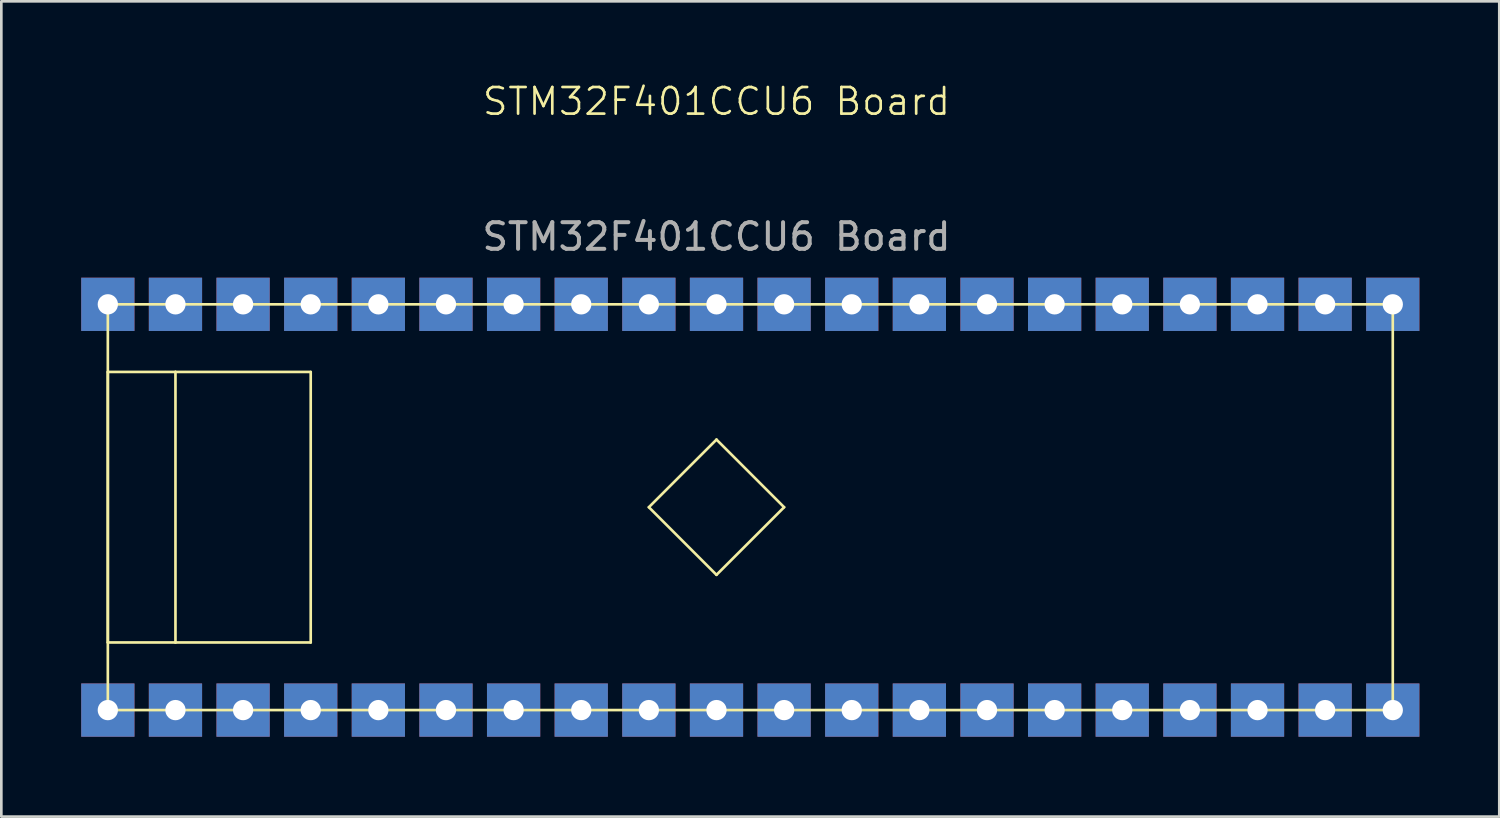
<source format=kicad_pcb>
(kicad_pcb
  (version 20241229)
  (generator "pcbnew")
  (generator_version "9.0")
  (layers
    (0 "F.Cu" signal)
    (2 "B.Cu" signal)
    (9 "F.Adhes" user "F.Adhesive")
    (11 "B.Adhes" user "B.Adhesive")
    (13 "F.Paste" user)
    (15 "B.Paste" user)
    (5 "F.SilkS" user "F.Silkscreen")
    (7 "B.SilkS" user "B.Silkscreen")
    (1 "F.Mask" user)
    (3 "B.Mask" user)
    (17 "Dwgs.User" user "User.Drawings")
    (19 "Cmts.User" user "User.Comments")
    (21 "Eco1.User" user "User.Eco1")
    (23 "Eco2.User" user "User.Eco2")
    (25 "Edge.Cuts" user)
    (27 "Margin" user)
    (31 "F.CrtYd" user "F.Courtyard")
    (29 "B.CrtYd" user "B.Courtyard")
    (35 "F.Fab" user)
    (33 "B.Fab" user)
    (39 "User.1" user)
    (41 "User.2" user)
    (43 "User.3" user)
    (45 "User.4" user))
  (footprint "STM32F401CCU6 Board"
    (layer "F.Cu")
    (at 23.86 8.38)
    (property "Reference" "STM32F401CCU6 Board" (at 0 -7.62 0) (unlocked yes) (layer "F.SilkS") (effects (font (size 1 1) (thickness 0.1))))
    (attr through_hole)
    (fp_line (start -22.86 2.54) (end -20.32 2.54) (stroke (width 0.1) (type default)) (layer "F.SilkS"))
    (fp_line (start -22.86 12.7) (end -22.86 2.54) (stroke (width 0.1) (type default)) (layer "F.SilkS"))
    (fp_line (start -20.32 2.54) (end -20.32 12.7) (stroke (width 0.1) (type default)) (layer "F.SilkS"))
    (fp_line (start -20.32 2.54) (end -15.24 2.54) (stroke (width 0.1) (type default)) (layer "F.SilkS"))
    (fp_line (start -20.32 12.7) (end -22.86 12.7) (stroke (width 0.1) (type default)) (layer "F.SilkS"))
    (fp_line (start -15.24 2.54) (end -15.24 12.7) (stroke (width 0.1) (type default)) (layer "F.SilkS"))
    (fp_line (start -15.24 12.7) (end -20.32 12.7) (stroke (width 0.1) (type default)) (layer "F.SilkS"))
    (fp_line (start -2.54 7.62) (end 0 5.08) (stroke (width 0.1) (type default)) (layer "F.SilkS"))
    (fp_line (start 0 5.08) (end 2.54 7.62) (stroke (width 0.1) (type default)) (layer "F.SilkS"))
    (fp_line (start 0 10.16) (end -2.54 7.62) (stroke (width 0.1) (type default)) (layer "F.SilkS"))
    (fp_line (start 2.54 7.62) (end 0 10.16) (stroke (width 0.1) (type default)) (layer "F.SilkS"))
    (fp_rect (start -22.86 0) (end 25.4 15.24) (stroke (width 0.1) (type default)) (fill no) (layer "F.SilkS"))
    (fp_text user "${REFERENCE}" (at 0 -2.54 0) (unlocked yes) (layer "F.Fab") (effects (font (size 1 1) (thickness 0.15))))
    (pad "1" thru_hole rect (at -22.86 15.24) (size 2 2) (drill 0.762) (layers "*.Cu" "*.Mask"))
    (pad "2" thru_hole rect (at -20.32 15.24) (size 2 2) (drill 0.762) (layers "*.Cu" "*.Mask"))
    (pad "3" thru_hole rect (at -17.78 15.24) (size 2 2) (drill 0.762) (layers "*.Cu" "*.Mask"))
    (pad "4" thru_hole rect (at -15.24 15.24) (size 2 2) (drill 0.762) (layers "*.Cu" "*.Mask"))
    (pad "5" thru_hole rect (at -12.7 15.24) (size 2 2) (drill 0.762) (layers "*.Cu" "*.Mask"))
    (pad "6" thru_hole rect (at -10.16 15.24) (size 2 2) (drill 0.762) (layers "*.Cu" "*.Mask"))
    (pad "7" thru_hole rect (at -7.62 15.24) (size 2 2) (drill 0.762) (layers "*.Cu" "*.Mask"))
    (pad "8" thru_hole rect (at -5.08 15.24) (size 2 2) (drill 0.762) (layers "*.Cu" "*.Mask"))
    (pad "9" thru_hole rect (at -2.54 15.24) (size 2 2) (drill 0.762) (layers "*.Cu" "*.Mask"))
    (pad "10" thru_hole rect (at 0 15.24) (size 2 2) (drill 0.762) (layers "*.Cu" "*.Mask"))
    (pad "11" thru_hole rect (at 2.54 15.24) (size 2 2) (drill 0.762) (layers "*.Cu" "*.Mask"))
    (pad "12" thru_hole rect (at 5.08 15.24) (size 2 2) (drill 0.762) (layers "*.Cu" "*.Mask"))
    (pad "13" thru_hole rect (at 7.62 15.24) (size 2 2) (drill 0.762) (layers "*.Cu" "*.Mask"))
    (pad "14" thru_hole rect (at 10.16 15.24) (size 2 2) (drill 0.762) (layers "*.Cu" "*.Mask"))
    (pad "15" thru_hole rect (at 12.7 15.24) (size 2 2) (drill 0.762) (layers "*.Cu" "*.Mask"))
    (pad "16" thru_hole rect (at 15.24 15.24) (size 2 2) (drill 0.762) (layers "*.Cu" "*.Mask"))
    (pad "17" thru_hole rect (at 17.78 15.24) (size 2 2) (drill 0.762) (layers "*.Cu" "*.Mask"))
    (pad "18" thru_hole rect (at 20.32 15.24) (size 2 2) (drill 0.762) (layers "*.Cu" "*.Mask"))
    (pad "19" thru_hole rect (at 22.86 15.24) (size 2 2) (drill 0.762) (layers "*.Cu" "*.Mask"))
    (pad "20" thru_hole rect (at 25.4 15.24) (size 2 2) (drill 0.762) (layers "*.Cu" "*.Mask"))
    (pad "21" thru_hole rect (at 25.4 0) (size 2 2) (drill 0.762) (layers "*.Cu" "*.Mask"))
    (pad "22" thru_hole rect (at 22.86 0) (size 2 2) (drill 0.762) (layers "*.Cu" "*.Mask"))
    (pad "23" thru_hole rect (at 20.32 0) (size 2 2) (drill 0.762) (layers "*.Cu" "*.Mask"))
    (pad "24" thru_hole rect (at 17.78 0) (size 2 2) (drill 0.762) (layers "*.Cu" "*.Mask"))
    (pad "25" thru_hole rect (at 15.24 0) (size 2 2) (drill 0.762) (layers "*.Cu" "*.Mask"))
    (pad "26" thru_hole rect (at 12.7 0) (size 2 2) (drill 0.762) (layers "*.Cu" "*.Mask"))
    (pad "27" thru_hole rect (at 10.16 0) (size 2 2) (drill 0.762) (layers "*.Cu" "*.Mask"))
    (pad "28" thru_hole rect (at 7.62 0) (size 2 2) (drill 0.762) (layers "*.Cu" "*.Mask"))
    (pad "29" thru_hole rect (at 5.08 0) (size 2 2) (drill 0.762) (layers "*.Cu" "*.Mask"))
    (pad "30" thru_hole rect (at 2.54 0) (size 2 2) (drill 0.762) (layers "*.Cu" "*.Mask"))
    (pad "31" thru_hole rect (at 0 0) (size 2 2) (drill 0.762) (layers "*.Cu" "*.Mask"))
    (pad "32" thru_hole rect (at -2.54 0) (size 2 2) (drill 0.762) (layers "*.Cu" "*.Mask"))
    (pad "33" thru_hole rect (at -5.08 0) (size 2 2) (drill 0.762) (layers "*.Cu" "*.Mask"))
    (pad "34" thru_hole rect (at -7.62 0) (size 2 2) (drill 0.762) (layers "*.Cu" "*.Mask"))
    (pad "35" thru_hole rect (at -10.16 0) (size 2 2) (drill 0.762) (layers "*.Cu" "*.Mask"))
    (pad "36" thru_hole rect (at -12.7 0) (size 2 2) (drill 0.762) (layers "*.Cu" "*.Mask"))
    (pad "37" thru_hole rect (at -15.24 0) (size 2 2) (drill 0.762) (layers "*.Cu" "*.Mask"))
    (pad "38" thru_hole rect (at -17.78 0) (size 2 2) (drill 0.762) (layers "*.Cu" "*.Mask"))
    (pad "39" thru_hole rect (at -20.32 0) (size 2 2) (drill 0.762) (layers "*.Cu" "*.Mask"))
    (pad "40" thru_hole rect (at -22.86 0) (size 2 2) (drill 0.762) (layers "*.Cu" "*.Mask")))
  (gr_rect
    (start -3 -3)
    (end 53.26 27.62)
    (stroke (width 0.1) (type default))
    (fill no)
    (layer "Edge.Cuts")))
</source>
